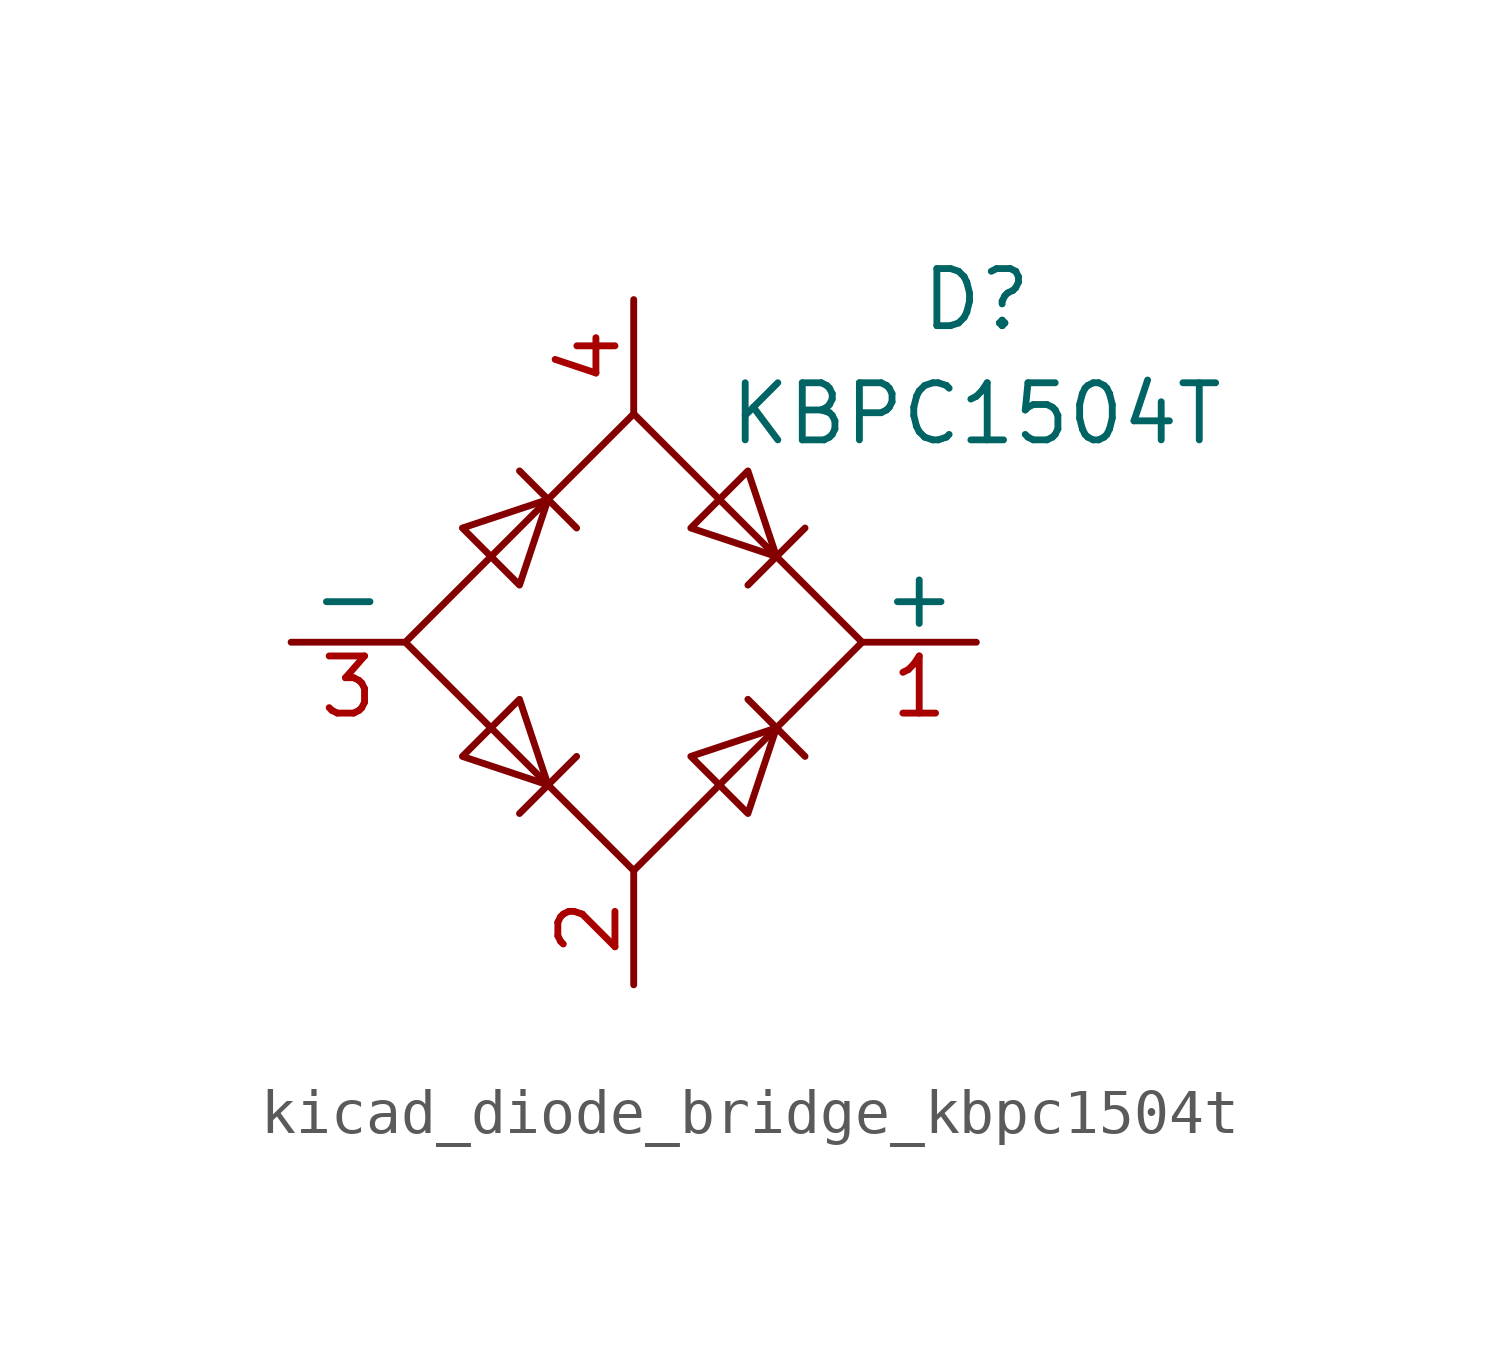
<source format=kicad_sym>
(kicad_symbol_lib
  (version 20220914)
  (generator kicad_symbol_editor)
  (symbol "kicad_diode_bridge_kbpc1504t"
    (pin_names
      (offset 0))
    (property "Reference" "D"
      (at 7.62 7.62 0)
      (effects (font (size 1.27 1.27))))
    (property "Value" "KBPC1504T"
      (at 7.62 5.08 0)
      (effects (font (size 1.27 1.27))))
    (symbol "kicad_diode_bridge_kbpc1504t_0_1"
      (polyline (pts (xy -2.54 3.81) (xy -1.27 2.54)) (stroke (width 0) (type default)) (fill (type none)))
      (polyline (pts (xy -1.27 -2.54) (xy -2.54 -3.81)) (stroke (width 0) (type default)) (fill (type none)))
      (polyline (pts (xy 2.54 -1.27) (xy 3.81 -2.54)) (stroke (width 0) (type default)) (fill (type none)))
      (polyline (pts (xy 2.54 1.27) (xy 3.81 2.54)) (stroke (width 0) (type default)) (fill (type none)))
      (polyline (pts (xy -3.81 2.54) (xy -2.54 1.27) (xy -1.905 3.175) (xy -3.81 2.54)) (stroke (width 0) (type default)) (fill (type none)))
      (polyline (pts (xy -2.54 -1.27) (xy -3.81 -2.54) (xy -1.905 -3.175) (xy -2.54 -1.27)) (stroke (width 0) (type default)) (fill (type none)))
      (polyline (pts (xy 1.27 2.54) (xy 2.54 3.81) (xy 3.175 1.905) (xy 1.27 2.54)) (stroke (width 0) (type default)) (fill (type none)))
      (polyline (pts (xy 3.175 -1.905) (xy 1.27 -2.54) (xy 2.54 -3.81) (xy 3.175 -1.905)) (stroke (width 0) (type default)) (fill (type none)))
      (polyline (pts (xy -5.08 0) (xy 0 -5.08) (xy 5.08 0) (xy 0 5.08) (xy -5.08 0)) (stroke (width 0) (type default)) (fill (type none))))
    (symbol "kicad_diode_bridge_kbpc1504t_1_1"
      (pin passive line (at 7.62 0 180) (length 2.54) (name "+" (effects (font (size 1.27 1.27)))) (number "1" (effects (font (size 1.27 1.27)))))
      (pin passive line (at 0 -7.62 90) (length 2.54) (name "~" (effects (font (size 1.27 1.27)))) (number "2" (effects (font (size 1.27 1.27)))))
      (pin passive line (at -7.62 0 0) (length 2.54) (name "-" (effects (font (size 1.27 1.27)))) (number "3" (effects (font (size 1.27 1.27)))))
      (pin passive line (at 0 7.62 270) (length 2.54) (name "~" (effects (font (size 1.27 1.27)))) (number "4" (effects (font (size 1.27 1.27))))))))
</source>
